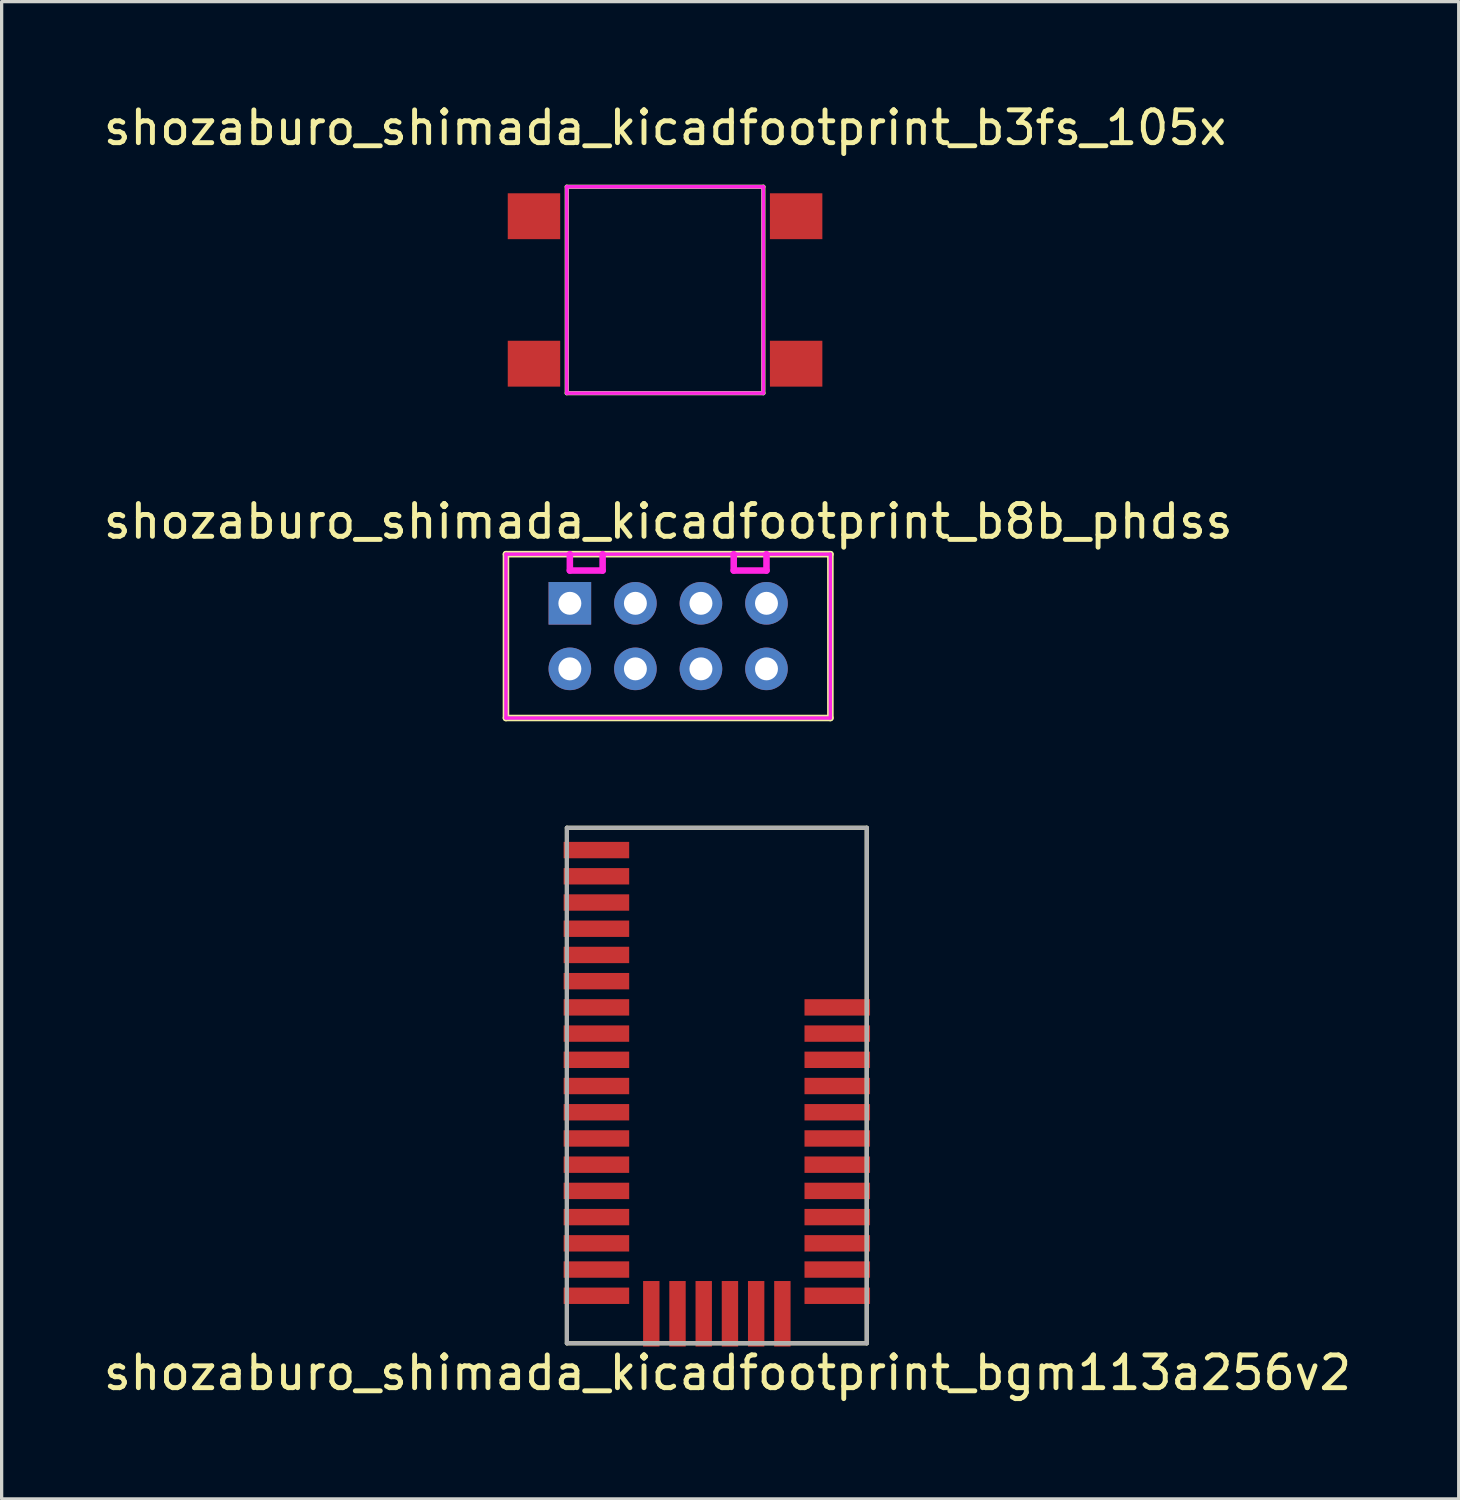
<source format=kicad_pcb>
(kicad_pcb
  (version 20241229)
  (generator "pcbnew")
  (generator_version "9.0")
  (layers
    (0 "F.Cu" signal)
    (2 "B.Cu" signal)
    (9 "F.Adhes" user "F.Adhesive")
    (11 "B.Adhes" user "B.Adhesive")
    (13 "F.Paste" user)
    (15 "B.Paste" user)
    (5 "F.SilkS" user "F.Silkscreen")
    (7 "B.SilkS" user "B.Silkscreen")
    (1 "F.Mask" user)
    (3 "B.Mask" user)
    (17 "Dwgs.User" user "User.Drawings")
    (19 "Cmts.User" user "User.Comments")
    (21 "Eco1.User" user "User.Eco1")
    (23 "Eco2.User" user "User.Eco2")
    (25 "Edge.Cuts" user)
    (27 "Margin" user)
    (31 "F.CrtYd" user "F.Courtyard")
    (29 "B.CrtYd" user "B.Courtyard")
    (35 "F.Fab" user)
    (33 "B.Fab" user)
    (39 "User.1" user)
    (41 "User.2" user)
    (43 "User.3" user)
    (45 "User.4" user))
  (footprint "shozaburo_shimada_kicadfootprint_bgm113a256v2"
    (layer "F.Cu")
    (at 14.249 22.21)
    (property "Reference" "shozaburo_shimada_kicadfootprint_bgm113a256v2" (at 4.9 16.63 0) (layer "F.SilkS") (effects (font (size 1 1) (thickness 0.15))))
    (attr smd)
    (fp_line (start 0 0) (end 0 15.73) (stroke (width 0.127) (type solid)) (layer "F.SilkS"))
    (fp_line (start 0 15.73) (end 9.15 15.73) (stroke (width 0.127) (type solid)) (layer "F.SilkS"))
    (fp_line (start 9.15 0) (end 0 0) (stroke (width 0.127) (type solid)) (layer "F.SilkS"))
    (fp_line (start 9.15 15.73) (end 9.15 0) (stroke (width 0.127) (type solid)) (layer "F.SilkS"))
    (fp_line (start 3.5 0) (end 24.15 0) (stroke (width 0.1) (type solid)) (layer "Eco1.User"))
    (fp_line (start 3.5 0) (end 24.15 0) (stroke (width 0.1) (type solid)) (layer "Eco1.User"))
    (fp_line (start 3.5 5.23) (end 3.5 0) (stroke (width 0.1) (type solid)) (layer "Eco1.User"))
    (fp_line (start 3.5 5.23) (end 24.15 5.23) (stroke (width 0.1) (type solid)) (layer "Eco1.User"))
    (fp_line (start 24.15 0) (end 24.15 5.23) (stroke (width 0.127) (type solid)) (layer "Eco1.User"))
    (fp_line (start 0 0) (end 0 15.73) (stroke (width 0.127) (type solid)) (layer "F.Fab"))
    (fp_line (start 0 15.73) (end 9.15 15.73) (stroke (width 0.127) (type solid)) (layer "F.Fab"))
    (fp_line (start 9.15 0) (end 0 0) (stroke (width 0.127) (type solid)) (layer "F.Fab"))
    (fp_line (start 9.15 15.73) (end 9.15 0) (stroke (width 0.127) (type solid)) (layer "F.Fab"))
    (fp_text user "KEEP OUT" (at 14.1 2.73 0) (layer "Eco1.User") (effects (font (size 1 1) (thickness 0.15))))
    (pad "1" smd rect (at 0.9 0.68) (size 2 0.5) (layers "F.Cu" "F.Mask" "F.Paste"))
    (pad "2" smd rect (at 0.9 1.48) (size 2 0.5) (layers "F.Cu" "F.Mask" "F.Paste"))
    (pad "3" smd rect (at 0.9 2.28) (size 2 0.5) (layers "F.Cu" "F.Mask" "F.Paste"))
    (pad "4" smd rect (at 0.9 3.08) (size 2 0.5) (layers "F.Cu" "F.Mask" "F.Paste"))
    (pad "5" smd rect (at 0.9 3.88) (size 2 0.5) (layers "F.Cu" "F.Mask" "F.Paste"))
    (pad "6" smd rect (at 0.9 4.68) (size 2 0.5) (layers "F.Cu" "F.Mask" "F.Paste"))
    (pad "7" smd rect (at 0.9 5.48) (size 2 0.5) (layers "F.Cu" "F.Mask" "F.Paste"))
    (pad "8" smd rect (at 0.9 6.28) (size 2 0.5) (layers "F.Cu" "F.Mask" "F.Paste"))
    (pad "9" smd rect (at 0.9 7.08) (size 2 0.5) (layers "F.Cu" "F.Mask" "F.Paste"))
    (pad "10" smd rect (at 0.9 7.88) (size 2 0.5) (layers "F.Cu" "F.Mask" "F.Paste"))
    (pad "11" smd rect (at 0.9 8.68) (size 2 0.5) (layers "F.Cu" "F.Mask" "F.Paste"))
    (pad "12" smd rect (at 0.9 9.48) (size 2 0.5) (layers "F.Cu" "F.Mask" "F.Paste"))
    (pad "13" smd rect (at 0.9 10.28) (size 2 0.5) (layers "F.Cu" "F.Mask" "F.Paste"))
    (pad "14" smd rect (at 0.9 11.08) (size 2 0.5) (layers "F.Cu" "F.Mask" "F.Paste"))
    (pad "15" smd rect (at 0.9 11.88) (size 2 0.5) (layers "F.Cu" "F.Mask" "F.Paste"))
    (pad "16" smd rect (at 0.9 12.68) (size 2 0.5) (layers "F.Cu" "F.Mask" "F.Paste"))
    (pad "17" smd rect (at 0.9 13.48) (size 2 0.5) (layers "F.Cu" "F.Mask" "F.Paste"))
    (pad "18" smd rect (at 0.9 14.28) (size 2 0.5) (layers "F.Cu" "F.Mask" "F.Paste"))
    (pad "19" smd rect (at 2.575 14.83) (size 0.5 2) (layers "F.Cu" "F.Mask" "F.Paste"))
    (pad "20" smd rect (at 3.375 14.83) (size 0.5 2) (layers "F.Cu" "F.Mask" "F.Paste"))
    (pad "21" smd rect (at 4.175 14.83) (size 0.5 2) (layers "F.Cu" "F.Mask" "F.Paste"))
    (pad "22" smd rect (at 4.975 14.83) (size 0.5 2) (layers "F.Cu" "F.Mask" "F.Paste"))
    (pad "23" smd rect (at 5.775 14.83) (size 0.5 2) (layers "F.Cu" "F.Mask" "F.Paste"))
    (pad "24" smd rect (at 6.575 14.83) (size 0.5 2) (layers "F.Cu" "F.Mask" "F.Paste"))
    (pad "25" smd rect (at 8.25 14.28) (size 2 0.5) (layers "F.Cu" "F.Mask" "F.Paste"))
    (pad "26" smd rect (at 8.25 13.48) (size 2 0.5) (layers "F.Cu" "F.Mask" "F.Paste"))
    (pad "27" smd rect (at 8.25 12.68) (size 2 0.5) (layers "F.Cu" "F.Mask" "F.Paste"))
    (pad "28" smd rect (at 8.25 11.88) (size 2 0.5) (layers "F.Cu" "F.Mask" "F.Paste"))
    (pad "29" smd rect (at 8.25 11.08) (size 2 0.5) (layers "F.Cu" "F.Mask" "F.Paste"))
    (pad "30" smd rect (at 8.25 10.28) (size 2 0.5) (layers "F.Cu" "F.Mask" "F.Paste"))
    (pad "31" smd rect (at 8.25 9.48) (size 2 0.5) (layers "F.Cu" "F.Mask" "F.Paste"))
    (pad "32" smd rect (at 8.25 8.68) (size 2 0.5) (layers "F.Cu" "F.Mask" "F.Paste"))
    (pad "33" smd rect (at 8.25 7.88) (size 2 0.5) (layers "F.Cu" "F.Mask" "F.Paste"))
    (pad "34" smd rect (at 8.25 7.08) (size 2 0.5) (layers "F.Cu" "F.Mask" "F.Paste"))
    (pad "35" smd rect (at 8.25 6.28) (size 2 0.5) (layers "F.Cu" "F.Mask" "F.Paste"))
    (pad "36" smd rect (at 8.25 5.48) (size 2 0.5) (layers "F.Cu" "F.Mask" "F.Paste")))
  (footprint "shozaburo_shimada_kicadfootprint_b3fs_105x"
    (layer "F.Cu")
    (at 17.244 5.798)
    (property "Reference" "shozaburo_shimada_kicadfootprint_b3fs_105x" (at 0 -4.95 0) (layer "F.SilkS") (effects (font (size 1 1) (thickness 0.15))))
    (attr through_hole)
    (fp_line (start -3 -3.15) (end 3 -3.15) (stroke (width 0.127) (type solid)) (layer "F.SilkS"))
    (fp_line (start -3 3.15) (end -3 -3.15) (stroke (width 0.127) (type solid)) (layer "F.SilkS"))
    (fp_line (start 3 -3.15) (end 3 3.15) (stroke (width 0.127) (type solid)) (layer "F.SilkS"))
    (fp_line (start 3 3.15) (end -3 3.15) (stroke (width 0.127) (type solid)) (layer "F.SilkS"))
    (fp_line (start -3 -3.15) (end 3 -3.15) (stroke (width 0.1) (type solid)) (layer "F.CrtYd"))
    (fp_line (start -3 3.15) (end -3 -3.15) (stroke (width 0.1) (type solid)) (layer "F.CrtYd"))
    (fp_line (start 3 -3.15) (end 3 3.15) (stroke (width 0.1) (type solid)) (layer "F.CrtYd"))
    (fp_line (start 3 3.15) (end -3 3.15) (stroke (width 0.1) (type solid)) (layer "F.CrtYd"))
    (fp_line (start -3 -3.15) (end 3 -3.15) (stroke (width 0.1) (type solid)) (layer "F.Fab"))
    (fp_line (start -3 3.15) (end -3 -3.15) (stroke (width 0.1) (type solid)) (layer "F.Fab"))
    (fp_line (start 3 -3.15) (end 3 3.15) (stroke (width 0.1) (type solid)) (layer "F.Fab"))
    (fp_line (start 3 3.15) (end -3 3.15) (stroke (width 0.1) (type solid)) (layer "F.Fab"))
    (pad "1" smd rect (at 4 2.25) (size 1.6 1.4) (layers "F.Cu" "F.Mask" "F.Paste"))
    (pad "2" smd rect (at -4 2.25) (size 1.6 1.4) (layers "F.Cu" "F.Mask" "F.Paste"))
    (pad "3" smd rect (at 4 -2.25) (size 1.6 1.4) (layers "F.Cu" "F.Mask" "F.Paste"))
    (pad "4" smd rect (at -4 -2.25) (size 1.6 1.4) (layers "F.Cu" "F.Mask" "F.Paste")))
  (footprint "shozaburo_shimada_kicadfootprint_b8b_phdss"
    (layer "F.Cu")
    (at 17.339 16.36)
    (property "Reference" "shozaburo_shimada_kicadfootprint_b8b_phdss" (at 0 -3.5 0) (layer "F.SilkS") (effects (font (size 1 1) (thickness 0.15))))
    (attr through_hole)
    (fp_line (start -4.95 -2.5) (end -4.95 2.5) (stroke (width 0.2) (type solid)) (layer "F.SilkS"))
    (fp_line (start -4.95 2.5) (end 4.95 2.5) (stroke (width 0.2) (type solid)) (layer "F.SilkS"))
    (fp_line (start 4.95 -2.5) (end -4.95 -2.5) (stroke (width 0.2) (type solid)) (layer "F.SilkS"))
    (fp_line (start 4.95 2.5) (end 4.95 -2.5) (stroke (width 0.2) (type solid)) (layer "F.SilkS"))
    (fp_line (start -4.95 -2.5) (end -4.95 2.5) (stroke (width 0.1) (type solid)) (layer "F.CrtYd"))
    (fp_line (start -4.95 2.5) (end 4.95 2.5) (stroke (width 0.1) (type solid)) (layer "F.CrtYd"))
    (fp_line (start -3 -2.5) (end -3 -2) (stroke (width 0.2) (type solid)) (layer "F.CrtYd"))
    (fp_line (start -3 -2) (end -2 -2) (stroke (width 0.2) (type solid)) (layer "F.CrtYd"))
    (fp_line (start -2 -2.5) (end -2 -2) (stroke (width 0.2) (type solid)) (layer "F.CrtYd"))
    (fp_line (start 2 -2.5) (end 2 -2) (stroke (width 0.2) (type solid)) (layer "F.CrtYd"))
    (fp_line (start 2 -2) (end 3 -2) (stroke (width 0.2) (type solid)) (layer "F.CrtYd"))
    (fp_line (start 3 -2) (end 3 -2.5) (stroke (width 0.2) (type solid)) (layer "F.CrtYd"))
    (fp_line (start 4.95 -2.5) (end -4.95 -2.5) (stroke (width 0.1) (type solid)) (layer "F.CrtYd"))
    (fp_line (start 4.95 2.5) (end 4.95 -2.5) (stroke (width 0.1) (type solid)) (layer "F.CrtYd"))
    (fp_line (start -4.95 -2.5) (end -4.95 2.5) (stroke (width 0.1) (type solid)) (layer "F.Fab"))
    (fp_line (start -4.95 2.5) (end 4.95 2.5) (stroke (width 0.1) (type solid)) (layer "F.Fab"))
    (fp_line (start 4.95 -2.5) (end -4.95 -2.5) (stroke (width 0.1) (type solid)) (layer "F.Fab"))
    (fp_line (start 4.95 2.5) (end 4.95 -2.5) (stroke (width 0.1) (type solid)) (layer "F.Fab"))
    (pad "1" thru_hole rect (at -3 -1) (size 1.3 1.3) (drill 0.7) (layers "*.Cu" "*.Mask"))
    (pad "2" thru_hole circle (at -3 1) (size 1.3 1.3) (drill 0.7) (layers "*.Cu" "*.Mask"))
    (pad "3" thru_hole circle (at -1 -1) (size 1.3 1.3) (drill 0.7) (layers "*.Cu" "*.Mask"))
    (pad "4" thru_hole circle (at -1 1) (size 1.3 1.3) (drill 0.7) (layers "*.Cu" "*.Mask"))
    (pad "5" thru_hole circle (at 1 -1) (size 1.3 1.3) (drill 0.7) (layers "*.Cu" "*.Mask"))
    (pad "6" thru_hole circle (at 1 1) (size 1.3 1.3) (drill 0.7) (layers "*.Cu" "*.Mask"))
    (pad "7" thru_hole circle (at 3 -1) (size 1.3 1.3) (drill 0.7) (layers "*.Cu" "*.Mask"))
    (pad "8" thru_hole circle (at 3 1) (size 1.3 1.3) (drill 0.7) (layers "*.Cu" "*.Mask")))
  (gr_rect
    (start -3 -3)
    (end 41.462 42.688)
    (stroke (width 0.1) (type default))
    (fill no)
    (layer "Edge.Cuts")))
</source>
